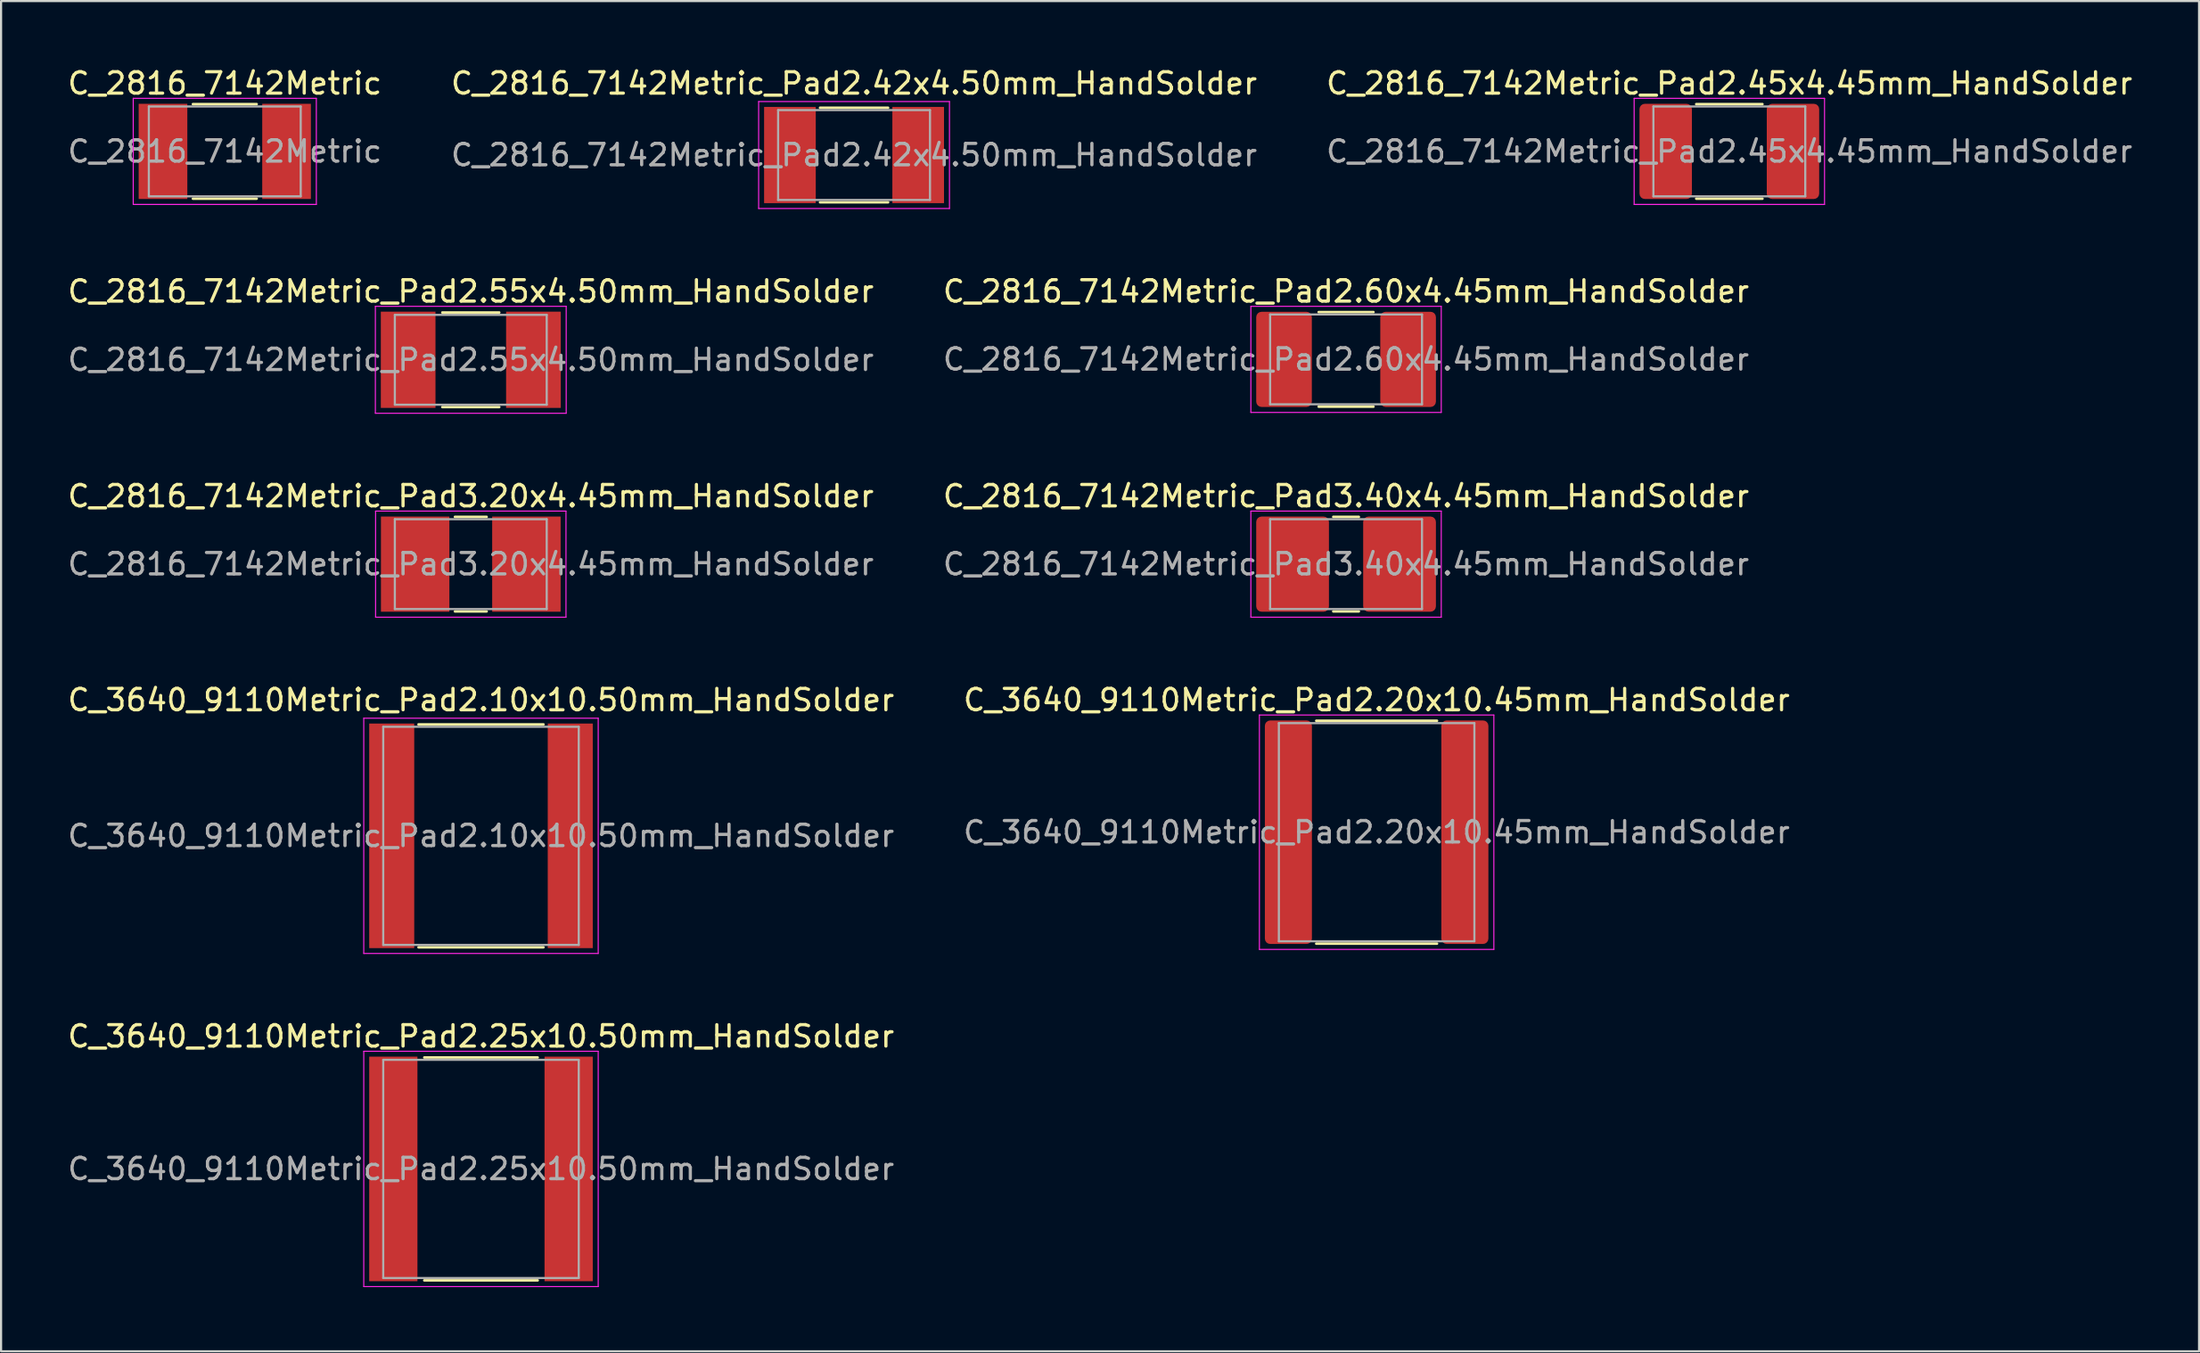
<source format=kicad_pcb>
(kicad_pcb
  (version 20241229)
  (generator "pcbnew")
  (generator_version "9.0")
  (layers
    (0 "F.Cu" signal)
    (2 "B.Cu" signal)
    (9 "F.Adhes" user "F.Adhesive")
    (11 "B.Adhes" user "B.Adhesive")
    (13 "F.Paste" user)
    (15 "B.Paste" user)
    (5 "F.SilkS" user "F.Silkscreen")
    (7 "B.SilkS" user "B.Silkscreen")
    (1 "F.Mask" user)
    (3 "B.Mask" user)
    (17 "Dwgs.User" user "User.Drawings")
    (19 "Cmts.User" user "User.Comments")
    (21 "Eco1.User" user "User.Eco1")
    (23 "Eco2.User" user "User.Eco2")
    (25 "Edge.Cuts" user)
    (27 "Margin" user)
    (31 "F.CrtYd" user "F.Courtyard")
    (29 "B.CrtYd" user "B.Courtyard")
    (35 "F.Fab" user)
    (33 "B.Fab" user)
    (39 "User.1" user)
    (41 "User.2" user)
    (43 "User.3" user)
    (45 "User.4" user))
  (footprint "C_2816_7142Metric_Pad2.45x4.45mm_HandSolder"
    (layer "F.Cu")
    (at 77.792 4.028)
    (property "Reference" "C_2816_7142Metric_Pad2.45x4.45mm_HandSolder" (at 0 -3.18 0) (layer "F.SilkS") (effects (font (size 1 1) (thickness 0.15))))
    (attr smd)
    (fp_line (start -1.547 -2.21) (end 1.547 -2.21) (stroke (width 0.12) (type solid)) (layer "F.SilkS"))
    (fp_line (start -1.547 2.21) (end 1.547 2.21) (stroke (width 0.12) (type solid)) (layer "F.SilkS"))
    (fp_line (start -4.45 -2.48) (end 4.45 -2.48) (stroke (width 0.05) (type solid)) (layer "F.CrtYd"))
    (fp_line (start -4.45 2.48) (end -4.45 -2.48) (stroke (width 0.05) (type solid)) (layer "F.CrtYd"))
    (fp_line (start 4.45 -2.48) (end 4.45 2.48) (stroke (width 0.05) (type solid)) (layer "F.CrtYd"))
    (fp_line (start 4.45 2.48) (end -4.45 2.48) (stroke (width 0.05) (type solid)) (layer "F.CrtYd"))
    (fp_line (start -3.55 -2.1) (end 3.55 -2.1) (stroke (width 0.1) (type solid)) (layer "F.Fab"))
    (fp_line (start -3.55 2.1) (end -3.55 -2.1) (stroke (width 0.1) (type solid)) (layer "F.Fab"))
    (fp_line (start 3.55 -2.1) (end 3.55 2.1) (stroke (width 0.1) (type solid)) (layer "F.Fab"))
    (fp_line (start 3.55 2.1) (end -3.55 2.1) (stroke (width 0.1) (type solid)) (layer "F.Fab"))
    (fp_text user "${REFERENCE}" (at 0 0 0) (layer "F.Fab") (effects (font (size 1 1) (thickness 0.15))))
    (pad "1" smd roundrect (at -2.975 0) (size 2.45 4.45) (layers "F.Cu" "F.Mask" "F.Paste") (roundrect_rratio 0.102))
    (pad "2" smd roundrect (at 2.975 0) (size 2.45 4.45) (layers "F.Cu" "F.Mask" "F.Paste") (roundrect_rratio 0.102)))
  (footprint "C_3640_9110Metric_Pad2.20x10.45mm_HandSolder"
    (layer "F.Cu")
    (at 61.304 35.858)
    (property "Reference" "C_3640_9110Metric_Pad2.20x10.45mm_HandSolder" (at 0 -6.18 0) (layer "F.SilkS") (effects (font (size 1 1) (thickness 0.15))))
    (attr smd)
    (fp_line (start -2.822 -5.21) (end 2.822 -5.21) (stroke (width 0.12) (type solid)) (layer "F.SilkS"))
    (fp_line (start -2.822 5.21) (end 2.822 5.21) (stroke (width 0.12) (type solid)) (layer "F.SilkS"))
    (fp_line (start -5.48 -5.48) (end 5.48 -5.48) (stroke (width 0.05) (type solid)) (layer "F.CrtYd"))
    (fp_line (start -5.48 5.48) (end -5.48 -5.48) (stroke (width 0.05) (type solid)) (layer "F.CrtYd"))
    (fp_line (start 5.48 -5.48) (end 5.48 5.48) (stroke (width 0.05) (type solid)) (layer "F.CrtYd"))
    (fp_line (start 5.48 5.48) (end -5.48 5.48) (stroke (width 0.05) (type solid)) (layer "F.CrtYd"))
    (fp_line (start -4.57 -5.1) (end 4.57 -5.1) (stroke (width 0.1) (type solid)) (layer "F.Fab"))
    (fp_line (start -4.57 5.1) (end -4.57 -5.1) (stroke (width 0.1) (type solid)) (layer "F.Fab"))
    (fp_line (start 4.57 -5.1) (end 4.57 5.1) (stroke (width 0.1) (type solid)) (layer "F.Fab"))
    (fp_line (start 4.57 5.1) (end -4.57 5.1) (stroke (width 0.1) (type solid)) (layer "F.Fab"))
    (fp_text user "${REFERENCE}" (at 0 0 0) (layer "F.Fab") (effects (font (size 1 1) (thickness 0.15))))
    (pad "1" smd roundrect (at -4.125 0) (size 2.2 10.45) (layers "F.Cu" "F.Mask" "F.Paste") (roundrect_rratio 0.114))
    (pad "2" smd roundrect (at 4.125 0) (size 2.2 10.45) (layers "F.Cu" "F.Mask" "F.Paste") (roundrect_rratio 0.114)))
  (footprint "C_2816_7142Metric_Pad3.40x4.45mm_HandSolder"
    (layer "F.Cu")
    (at 59.875 23.325)
    (property "Reference" "C_2816_7142Metric_Pad3.40x4.45mm_HandSolder" (at 0 -3.18 0) (layer "F.SilkS") (effects (font (size 1 1) (thickness 0.15))))
    (attr smd)
    (fp_line (start -0.597 -2.21) (end 0.597 -2.21) (stroke (width 0.12) (type solid)) (layer "F.SilkS"))
    (fp_line (start -0.597 2.21) (end 0.597 2.21) (stroke (width 0.12) (type solid)) (layer "F.SilkS"))
    (fp_line (start -4.45 -2.48) (end 4.45 -2.48) (stroke (width 0.05) (type solid)) (layer "F.CrtYd"))
    (fp_line (start -4.45 2.48) (end -4.45 -2.48) (stroke (width 0.05) (type solid)) (layer "F.CrtYd"))
    (fp_line (start 4.45 -2.48) (end 4.45 2.48) (stroke (width 0.05) (type solid)) (layer "F.CrtYd"))
    (fp_line (start 4.45 2.48) (end -4.45 2.48) (stroke (width 0.05) (type solid)) (layer "F.CrtYd"))
    (fp_line (start -3.55 -2.1) (end 3.55 -2.1) (stroke (width 0.1) (type solid)) (layer "F.Fab"))
    (fp_line (start -3.55 2.1) (end -3.55 -2.1) (stroke (width 0.1) (type solid)) (layer "F.Fab"))
    (fp_line (start 3.55 -2.1) (end 3.55 2.1) (stroke (width 0.1) (type solid)) (layer "F.Fab"))
    (fp_line (start 3.55 2.1) (end -3.55 2.1) (stroke (width 0.1) (type solid)) (layer "F.Fab"))
    (fp_text user "${REFERENCE}" (at 0 0 0) (layer "F.Fab") (effects (font (size 1 1) (thickness 0.15))))
    (pad "1" smd roundrect (at -2.5 0) (size 3.4 4.45) (layers "F.Cu" "F.Mask" "F.Paste") (roundrect_rratio 0.074))
    (pad "2" smd roundrect (at 2.5 0) (size 3.4 4.45) (layers "F.Cu" "F.Mask" "F.Paste") (roundrect_rratio 0.074)))
  (footprint "C_3640_9110Metric_Pad2.25x10.50mm_HandSolder"
    (layer "F.Cu")
    (at 19.435 51.601)
    (property "Reference" "C_3640_9110Metric_Pad2.25x10.50mm_HandSolder" (at 0 -6.2 0) (layer "F.SilkS") (effects (font (size 1 1) (thickness 0.15))))
    (attr smd)
    (fp_line (start -2.65 -5.21) (end 2.65 -5.21) (stroke (width 0.12) (type solid)) (layer "F.SilkS"))
    (fp_line (start -2.65 5.21) (end 2.65 5.21) (stroke (width 0.12) (type solid)) (layer "F.SilkS"))
    (fp_line (start -5.48 -5.5) (end 5.48 -5.5) (stroke (width 0.05) (type solid)) (layer "F.CrtYd"))
    (fp_line (start -5.48 5.5) (end -5.48 -5.5) (stroke (width 0.05) (type solid)) (layer "F.CrtYd"))
    (fp_line (start 5.48 -5.5) (end 5.48 5.5) (stroke (width 0.05) (type solid)) (layer "F.CrtYd"))
    (fp_line (start 5.48 5.5) (end -5.48 5.5) (stroke (width 0.05) (type solid)) (layer "F.CrtYd"))
    (fp_line (start -4.57 -5.1) (end 4.57 -5.1) (stroke (width 0.1) (type solid)) (layer "F.Fab"))
    (fp_line (start -4.57 5.1) (end -4.57 -5.1) (stroke (width 0.1) (type solid)) (layer "F.Fab"))
    (fp_line (start 4.57 -5.1) (end 4.57 5.1) (stroke (width 0.1) (type solid)) (layer "F.Fab"))
    (fp_line (start 4.57 5.1) (end -4.57 5.1) (stroke (width 0.1) (type solid)) (layer "F.Fab"))
    (fp_text user "${REFERENCE}" (at 0 0 0) (layer "F.Fab") (effects (font (size 1 1) (thickness 0.15))))
    (pad "1" smd rect (at -4.098 0) (size 2.255 10.5) (layers "F.Cu" "F.Mask" "F.Paste"))
    (pad "2" smd rect (at 4.098 0) (size 2.255 10.5) (layers "F.Cu" "F.Mask" "F.Paste")))
  (footprint "C_2816_7142Metric_Pad2.60x4.45mm_HandSolder"
    (layer "F.Cu")
    (at 59.875 13.752)
    (property "Reference" "C_2816_7142Metric_Pad2.60x4.45mm_HandSolder" (at 0 -3.18 0) (layer "F.SilkS") (effects (font (size 1 1) (thickness 0.15))))
    (attr smd)
    (fp_line (start -1.28 -2.21) (end 1.28 -2.21) (stroke (width 0.12) (type solid)) (layer "F.SilkS"))
    (fp_line (start -1.28 2.21) (end 1.28 2.21) (stroke (width 0.12) (type solid)) (layer "F.SilkS"))
    (fp_line (start -4.45 -2.48) (end 4.45 -2.48) (stroke (width 0.05) (type solid)) (layer "F.CrtYd"))
    (fp_line (start -4.45 2.48) (end -4.45 -2.48) (stroke (width 0.05) (type solid)) (layer "F.CrtYd"))
    (fp_line (start 4.45 -2.48) (end 4.45 2.48) (stroke (width 0.05) (type solid)) (layer "F.CrtYd"))
    (fp_line (start 4.45 2.48) (end -4.45 2.48) (stroke (width 0.05) (type solid)) (layer "F.CrtYd"))
    (fp_line (start -3.55 -2.1) (end 3.55 -2.1) (stroke (width 0.1) (type solid)) (layer "F.Fab"))
    (fp_line (start -3.55 2.1) (end -3.55 -2.1) (stroke (width 0.1) (type solid)) (layer "F.Fab"))
    (fp_line (start 3.55 -2.1) (end 3.55 2.1) (stroke (width 0.1) (type solid)) (layer "F.Fab"))
    (fp_line (start 3.55 2.1) (end -3.55 2.1) (stroke (width 0.1) (type solid)) (layer "F.Fab"))
    (fp_text user "${REFERENCE}" (at 0 0 0) (layer "F.Fab") (effects (font (size 1 1) (thickness 0.15))))
    (pad "1" smd roundrect (at -2.9 0) (size 2.6 4.45) (layers "F.Cu" "F.Mask" "F.Paste") (roundrect_rratio 0.096))
    (pad "2" smd roundrect (at 2.9 0) (size 2.6 4.45) (layers "F.Cu" "F.Mask" "F.Paste") (roundrect_rratio 0.096)))
  (footprint "C_2816_7142Metric_Pad3.20x4.45mm_HandSolder"
    (layer "F.Cu")
    (at 18.958 23.325)
    (property "Reference" "C_2816_7142Metric_Pad3.20x4.45mm_HandSolder" (at 0 -3.18 0) (layer "F.SilkS") (effects (font (size 1 1) (thickness 0.15))))
    (attr smd)
    (fp_line (start -0.74 -2.21) (end 0.74 -2.21) (stroke (width 0.12) (type solid)) (layer "F.SilkS"))
    (fp_line (start -0.74 2.21) (end 0.74 2.21) (stroke (width 0.12) (type solid)) (layer "F.SilkS"))
    (fp_line (start -4.45 -2.48) (end 4.45 -2.48) (stroke (width 0.05) (type solid)) (layer "F.CrtYd"))
    (fp_line (start -4.45 2.48) (end -4.45 -2.48) (stroke (width 0.05) (type solid)) (layer "F.CrtYd"))
    (fp_line (start 4.45 -2.48) (end 4.45 2.48) (stroke (width 0.05) (type solid)) (layer "F.CrtYd"))
    (fp_line (start 4.45 2.48) (end -4.45 2.48) (stroke (width 0.05) (type solid)) (layer "F.CrtYd"))
    (fp_line (start -3.55 -2.1) (end 3.55 -2.1) (stroke (width 0.1) (type solid)) (layer "F.Fab"))
    (fp_line (start -3.55 2.1) (end -3.55 -2.1) (stroke (width 0.1) (type solid)) (layer "F.Fab"))
    (fp_line (start 3.55 -2.1) (end 3.55 2.1) (stroke (width 0.1) (type solid)) (layer "F.Fab"))
    (fp_line (start 3.55 2.1) (end -3.55 2.1) (stroke (width 0.1) (type solid)) (layer "F.Fab"))
    (fp_text user "${REFERENCE}" (at 0 0 0) (layer "F.Fab") (effects (font (size 1 1) (thickness 0.15))))
    (pad "1" smd rect (at -2.6 0) (size 3.2 4.45) (layers "F.Cu" "F.Mask" "F.Paste"))
    (pad "2" smd rect (at 2.6 0) (size 3.2 4.45) (layers "F.Cu" "F.Mask" "F.Paste")))
  (footprint "C_2816_7142Metric_Pad2.55x4.50mm_HandSolder"
    (layer "F.Cu")
    (at 18.958 13.771)
    (property "Reference" "C_2816_7142Metric_Pad2.55x4.50mm_HandSolder" (at 0 -3.2 0) (layer "F.SilkS") (effects (font (size 1 1) (thickness 0.15))))
    (attr smd)
    (fp_line (start -1.33 -2.21) (end 1.33 -2.21) (stroke (width 0.12) (type solid)) (layer "F.SilkS"))
    (fp_line (start -1.33 2.21) (end 1.33 2.21) (stroke (width 0.12) (type solid)) (layer "F.SilkS"))
    (fp_line (start -4.46 -2.5) (end 4.46 -2.5) (stroke (width 0.05) (type solid)) (layer "F.CrtYd"))
    (fp_line (start -4.46 2.5) (end -4.46 -2.5) (stroke (width 0.05) (type solid)) (layer "F.CrtYd"))
    (fp_line (start 4.46 -2.5) (end 4.46 2.5) (stroke (width 0.05) (type solid)) (layer "F.CrtYd"))
    (fp_line (start 4.46 2.5) (end -4.46 2.5) (stroke (width 0.05) (type solid)) (layer "F.CrtYd"))
    (fp_line (start -3.55 -2.1) (end 3.55 -2.1) (stroke (width 0.1) (type solid)) (layer "F.Fab"))
    (fp_line (start -3.55 2.1) (end -3.55 -2.1) (stroke (width 0.1) (type solid)) (layer "F.Fab"))
    (fp_line (start 3.55 -2.1) (end 3.55 2.1) (stroke (width 0.1) (type solid)) (layer "F.Fab"))
    (fp_line (start 3.55 2.1) (end -3.55 2.1) (stroke (width 0.1) (type solid)) (layer "F.Fab"))
    (fp_text user "${REFERENCE}" (at 0 0 0) (layer "F.Fab") (effects (font (size 1 1) (thickness 0.15))))
    (pad "1" smd rect (at -2.928 0) (size 2.555 4.5) (layers "F.Cu" "F.Mask" "F.Paste"))
    (pad "2" smd rect (at 2.928 0) (size 2.555 4.5) (layers "F.Cu" "F.Mask" "F.Paste")))
  (footprint "C_2816_7142Metric_Pad2.42x4.50mm_HandSolder"
    (layer "F.Cu")
    (at 36.875 4.198)
    (property "Reference" "C_2816_7142Metric_Pad2.42x4.50mm_HandSolder" (at 0 -3.35 0) (layer "F.SilkS") (effects (font (size 1 1) (thickness 0.15))))
    (attr smd)
    (fp_line (start -1.59 -2.21) (end 1.59 -2.21) (stroke (width 0.12) (type solid)) (layer "F.SilkS"))
    (fp_line (start -1.59 2.21) (end 1.59 2.21) (stroke (width 0.12) (type solid)) (layer "F.SilkS"))
    (fp_line (start -4.46 -2.5) (end 4.46 -2.5) (stroke (width 0.05) (type solid)) (layer "F.CrtYd"))
    (fp_line (start -4.46 2.5) (end -4.46 -2.5) (stroke (width 0.05) (type solid)) (layer "F.CrtYd"))
    (fp_line (start 4.46 -2.5) (end 4.46 2.5) (stroke (width 0.05) (type solid)) (layer "F.CrtYd"))
    (fp_line (start 4.46 2.5) (end -4.46 2.5) (stroke (width 0.05) (type solid)) (layer "F.CrtYd"))
    (fp_line (start -3.55 -2.1) (end 3.55 -2.1) (stroke (width 0.1) (type solid)) (layer "F.Fab"))
    (fp_line (start -3.55 2.1) (end -3.55 -2.1) (stroke (width 0.1) (type solid)) (layer "F.Fab"))
    (fp_line (start 3.55 -2.1) (end 3.55 2.1) (stroke (width 0.1) (type solid)) (layer "F.Fab"))
    (fp_line (start 3.55 2.1) (end -3.55 2.1) (stroke (width 0.1) (type solid)) (layer "F.Fab"))
    (fp_text user "${REFERENCE}" (at 0 0 0) (layer "F.Fab") (effects (font (size 1 1) (thickness 0.15))))
    (pad "1" smd rect (at -2.998 0) (size 2.415 4.5) (layers "F.Cu" "F.Mask" "F.Paste"))
    (pad "2" smd rect (at 2.998 0) (size 2.415 4.5) (layers "F.Cu" "F.Mask" "F.Paste")))
  (footprint "C_3640_9110Metric_Pad2.10x10.50mm_HandSolder"
    (layer "F.Cu")
    (at 19.435 36.028)
    (property "Reference" "C_3640_9110Metric_Pad2.10x10.50mm_HandSolder" (at 0 -6.35 0) (layer "F.SilkS") (effects (font (size 1 1) (thickness 0.15))))
    (attr smd)
    (fp_line (start -2.92 -5.21) (end 2.92 -5.21) (stroke (width 0.12) (type solid)) (layer "F.SilkS"))
    (fp_line (start -2.92 5.21) (end 2.92 5.21) (stroke (width 0.12) (type solid)) (layer "F.SilkS"))
    (fp_line (start -5.48 -5.5) (end 5.48 -5.5) (stroke (width 0.05) (type solid)) (layer "F.CrtYd"))
    (fp_line (start -5.48 5.5) (end -5.48 -5.5) (stroke (width 0.05) (type solid)) (layer "F.CrtYd"))
    (fp_line (start 5.48 -5.5) (end 5.48 5.5) (stroke (width 0.05) (type solid)) (layer "F.CrtYd"))
    (fp_line (start 5.48 5.5) (end -5.48 5.5) (stroke (width 0.05) (type solid)) (layer "F.CrtYd"))
    (fp_line (start -4.57 -5.1) (end 4.57 -5.1) (stroke (width 0.1) (type solid)) (layer "F.Fab"))
    (fp_line (start -4.57 5.1) (end -4.57 -5.1) (stroke (width 0.1) (type solid)) (layer "F.Fab"))
    (fp_line (start 4.57 -5.1) (end 4.57 5.1) (stroke (width 0.1) (type solid)) (layer "F.Fab"))
    (fp_line (start 4.57 5.1) (end -4.57 5.1) (stroke (width 0.1) (type solid)) (layer "F.Fab"))
    (fp_text user "${REFERENCE}" (at 0 0 0) (layer "F.Fab") (effects (font (size 1 1) (thickness 0.15))))
    (pad "1" smd rect (at -4.173 0) (size 2.105 10.5) (layers "F.Cu" "F.Mask" "F.Paste"))
    (pad "2" smd rect (at 4.173 0) (size 2.105 10.5) (layers "F.Cu" "F.Mask" "F.Paste")))
  (footprint "C_2816_7142Metric"
    (layer "F.Cu")
    (at 7.458 4.028)
    (property "Reference" "C_2816_7142Metric" (at 0 -3.18 0) (layer "F.SilkS") (effects (font (size 1 1) (thickness 0.15))))
    (attr smd)
    (fp_line (start -1.49 -2.21) (end 1.49 -2.21) (stroke (width 0.12) (type solid)) (layer "F.SilkS"))
    (fp_line (start -1.49 2.21) (end 1.49 2.21) (stroke (width 0.12) (type solid)) (layer "F.SilkS"))
    (fp_line (start -4.28 -2.48) (end 4.28 -2.48) (stroke (width 0.05) (type solid)) (layer "F.CrtYd"))
    (fp_line (start -4.28 2.48) (end -4.28 -2.48) (stroke (width 0.05) (type solid)) (layer "F.CrtYd"))
    (fp_line (start 4.28 -2.48) (end 4.28 2.48) (stroke (width 0.05) (type solid)) (layer "F.CrtYd"))
    (fp_line (start 4.28 2.48) (end -4.28 2.48) (stroke (width 0.05) (type solid)) (layer "F.CrtYd"))
    (fp_line (start -3.55 -2.1) (end 3.55 -2.1) (stroke (width 0.1) (type solid)) (layer "F.Fab"))
    (fp_line (start -3.55 2.1) (end -3.55 -2.1) (stroke (width 0.1) (type solid)) (layer "F.Fab"))
    (fp_line (start 3.55 -2.1) (end 3.55 2.1) (stroke (width 0.1) (type solid)) (layer "F.Fab"))
    (fp_line (start 3.55 2.1) (end -3.55 2.1) (stroke (width 0.1) (type solid)) (layer "F.Fab"))
    (fp_text user "${REFERENCE}" (at 0 0 0) (layer "F.Fab") (effects (font (size 1 1) (thickness 0.15))))
    (pad "1" smd rect (at -2.888 0) (size 2.275 4.45) (layers "F.Cu" "F.Mask" "F.Paste"))
    (pad "2" smd rect (at 2.888 0) (size 2.275 4.45) (layers "F.Cu" "F.Mask" "F.Paste")))
  (gr_rect
    (start -3 -3)
    (end 99.75 60.126)
    (stroke (width 0.1) (type default))
    (fill no)
    (layer "Edge.Cuts")))
</source>
